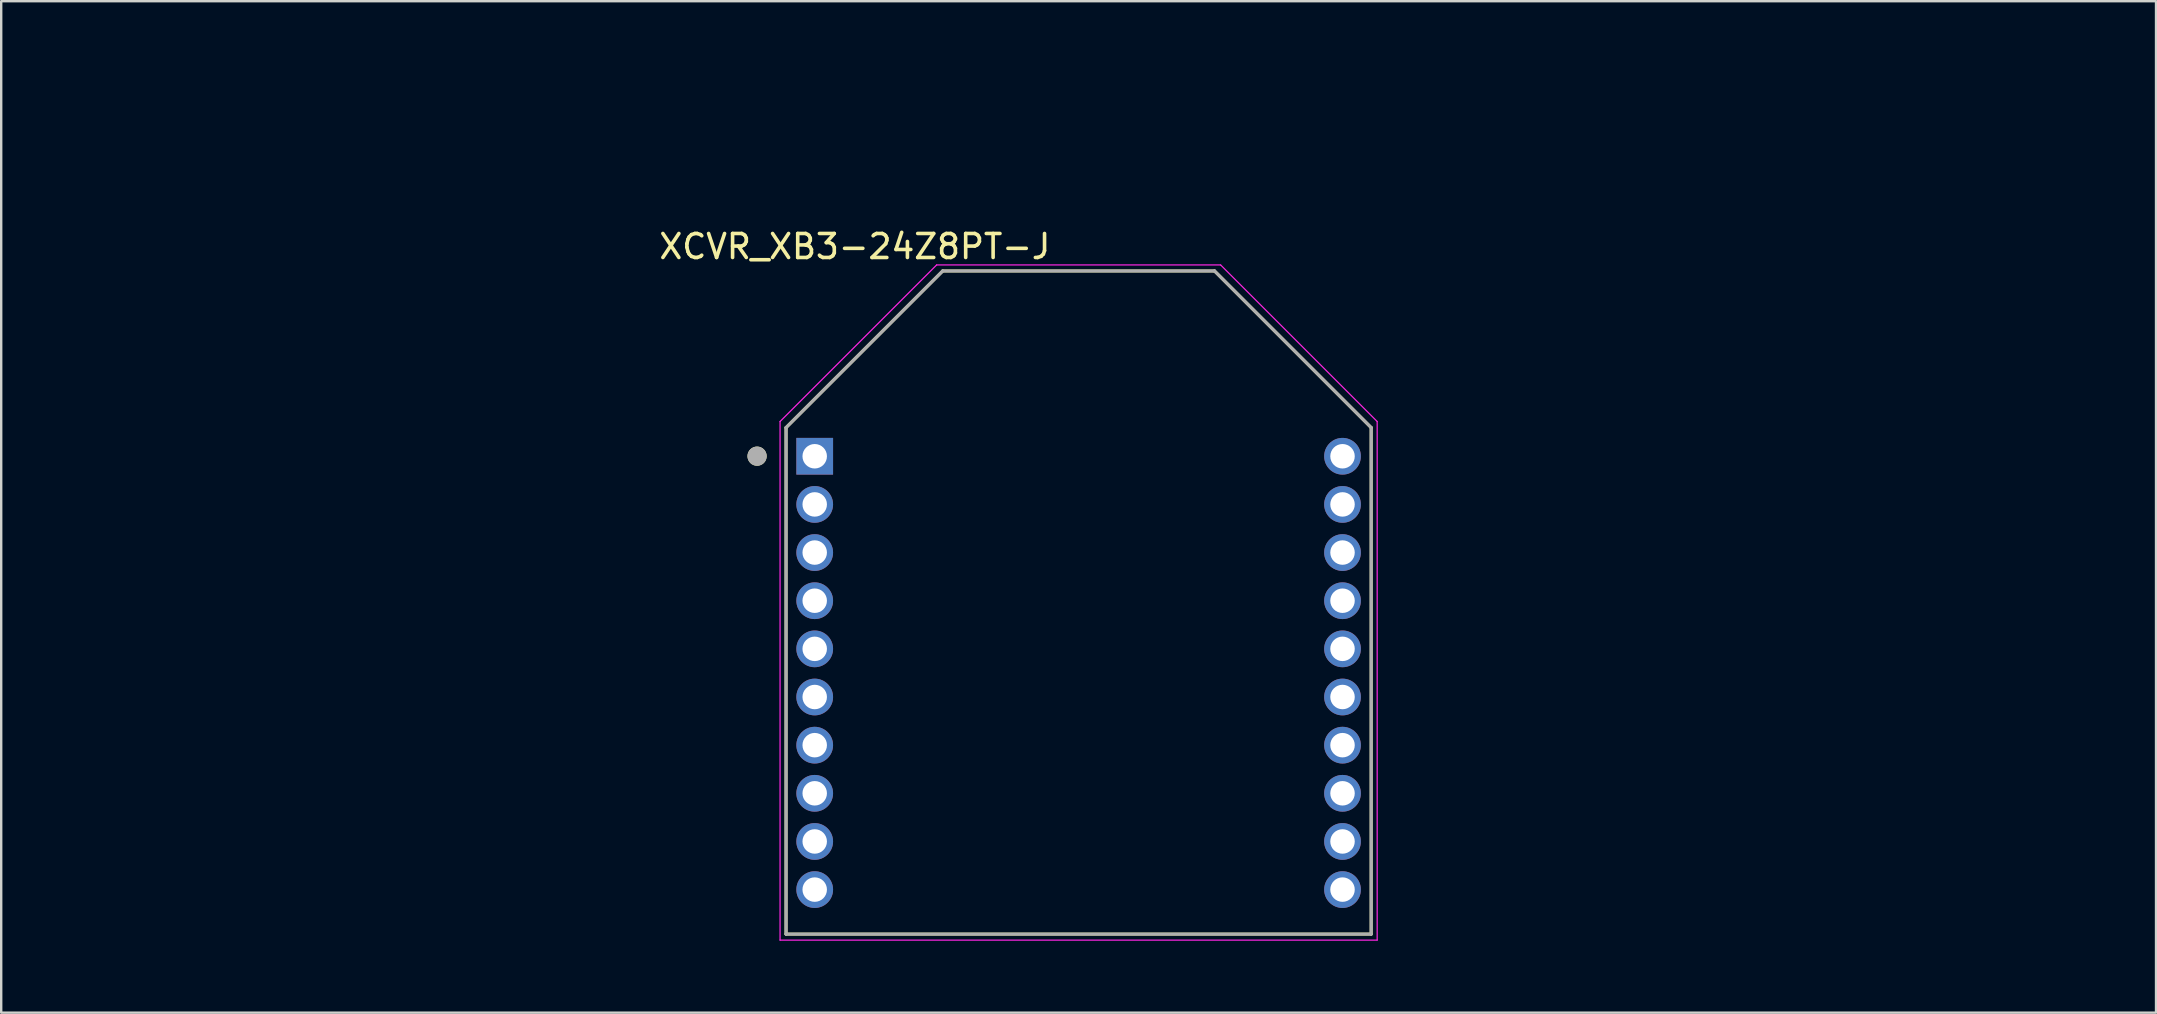
<source format=kicad_pcb>
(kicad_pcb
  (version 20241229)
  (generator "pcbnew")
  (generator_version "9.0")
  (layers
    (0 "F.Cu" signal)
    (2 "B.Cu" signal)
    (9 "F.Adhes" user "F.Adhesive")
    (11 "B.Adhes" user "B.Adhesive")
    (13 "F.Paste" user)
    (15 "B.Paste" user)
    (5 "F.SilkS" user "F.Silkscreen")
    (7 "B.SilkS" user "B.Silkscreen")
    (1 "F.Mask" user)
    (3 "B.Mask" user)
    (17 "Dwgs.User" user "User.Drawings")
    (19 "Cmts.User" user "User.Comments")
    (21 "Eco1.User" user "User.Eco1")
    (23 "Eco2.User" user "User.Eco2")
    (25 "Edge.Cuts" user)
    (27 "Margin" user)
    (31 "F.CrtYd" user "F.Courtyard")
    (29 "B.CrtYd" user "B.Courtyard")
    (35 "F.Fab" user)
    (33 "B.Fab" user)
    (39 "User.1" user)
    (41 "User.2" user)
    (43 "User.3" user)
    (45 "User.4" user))
  (footprint "XCVR_XB3-24Z8PT-J"
    (layer "F.Cu")
    (at 41.9 22.06)
    (property "Reference" "XCVR_XB3-24Z8PT-J" (at -9.325 -14.835 0) (layer "F.SilkS") (effects (font (size 1 1) (thickness 0.15))))
    (attr through_hole)
    (fp_line (start -12.192 -7.29) (end -5.664 -13.818) (stroke (width 0.127) (type solid)) (layer "F.SilkS"))
    (fp_line (start -12.192 13.818) (end -12.192 -7.29) (stroke (width 0.127) (type solid)) (layer "F.SilkS"))
    (fp_line (start -5.664 -13.818) (end 5.664 -13.818) (stroke (width 0.127) (type solid)) (layer "F.SilkS"))
    (fp_line (start 12.192 -7.29) (end 5.664 -13.818) (stroke (width 0.127) (type solid)) (layer "F.SilkS"))
    (fp_line (start 12.192 -7.29) (end 12.192 13.818) (stroke (width 0.127) (type solid)) (layer "F.SilkS"))
    (fp_line (start 12.192 13.818) (end -12.192 13.818) (stroke (width 0.127) (type solid)) (layer "F.SilkS"))
    (fp_circle (center -13.4 -6.1) (end -13.2 -6.1) (stroke (width 0.4) (type solid)) (fill no) (layer "F.SilkS"))
    (fp_line (start -12.442 -7.544) (end -5.918 -14.068) (stroke (width 0.05) (type solid)) (layer "F.CrtYd"))
    (fp_line (start -12.442 14.068) (end -12.442 -7.544) (stroke (width 0.05) (type solid)) (layer "F.CrtYd"))
    (fp_line (start -5.918 -14.068) (end 5.918 -14.068) (stroke (width 0.05) (type solid)) (layer "F.CrtYd"))
    (fp_line (start 12.442 -7.544) (end 5.918 -14.068) (stroke (width 0.05) (type solid)) (layer "F.CrtYd"))
    (fp_line (start 12.442 -7.544) (end 12.442 14.068) (stroke (width 0.05) (type solid)) (layer "F.CrtYd"))
    (fp_line (start 12.442 14.068) (end -12.442 14.068) (stroke (width 0.05) (type solid)) (layer "F.CrtYd"))
    (fp_line (start -12.192 -7.29) (end -5.664 -13.818) (stroke (width 0.127) (type solid)) (layer "F.Fab"))
    (fp_line (start -12.192 13.818) (end -12.192 -7.29) (stroke (width 0.127) (type solid)) (layer "F.Fab"))
    (fp_line (start -5.664 -13.818) (end 5.664 -13.818) (stroke (width 0.127) (type solid)) (layer "F.Fab"))
    (fp_line (start 12.192 -7.29) (end 5.664 -13.818) (stroke (width 0.127) (type solid)) (layer "F.Fab"))
    (fp_line (start 12.192 -7.29) (end 12.192 13.818) (stroke (width 0.127) (type solid)) (layer "F.Fab"))
    (fp_line (start 12.192 13.818) (end -12.192 13.818) (stroke (width 0.127) (type solid)) (layer "F.Fab"))
    (fp_circle (center -13.4 -6.1) (end -13.2 -6.1) (stroke (width 0.4) (type solid)) (fill no) (layer "F.Fab"))
    (pad "1" thru_hole rect (at -10.998 -6.096) (size 1.53 1.53) (drill 1.02) (layers "*.Cu" "*.Mask"))
    (pad "2" thru_hole circle (at -10.998 -4.089) (size 1.53 1.53) (drill 1.02) (layers "*.Cu" "*.Mask"))
    (pad "3" thru_hole circle (at -10.998 -2.083) (size 1.53 1.53) (drill 1.02) (layers "*.Cu" "*.Mask"))
    (pad "4" thru_hole circle (at -10.998 -0.076) (size 1.53 1.53) (drill 1.02) (layers "*.Cu" "*.Mask"))
    (pad "5" thru_hole circle (at -10.998 1.93) (size 1.53 1.53) (drill 1.02) (layers "*.Cu" "*.Mask"))
    (pad "6" thru_hole circle (at -10.998 3.937) (size 1.53 1.53) (drill 1.02) (layers "*.Cu" "*.Mask"))
    (pad "7" thru_hole circle (at -10.998 5.944) (size 1.53 1.53) (drill 1.02) (layers "*.Cu" "*.Mask"))
    (pad "8" thru_hole circle (at -10.998 7.95) (size 1.53 1.53) (drill 1.02) (layers "*.Cu" "*.Mask"))
    (pad "9" thru_hole circle (at -10.998 9.957) (size 1.53 1.53) (drill 1.02) (layers "*.Cu" "*.Mask"))
    (pad "10" thru_hole circle (at -10.998 11.963) (size 1.53 1.53) (drill 1.02) (layers "*.Cu" "*.Mask"))
    (pad "11" thru_hole circle (at 10.998 11.963) (size 1.53 1.53) (drill 1.02) (layers "*.Cu" "*.Mask"))
    (pad "12" thru_hole circle (at 10.998 9.957) (size 1.53 1.53) (drill 1.02) (layers "*.Cu" "*.Mask"))
    (pad "13" thru_hole circle (at 10.998 7.95) (size 1.53 1.53) (drill 1.02) (layers "*.Cu" "*.Mask"))
    (pad "14" thru_hole circle (at 10.998 5.944) (size 1.53 1.53) (drill 1.02) (layers "*.Cu" "*.Mask"))
    (pad "15" thru_hole circle (at 10.998 3.937) (size 1.53 1.53) (drill 1.02) (layers "*.Cu" "*.Mask"))
    (pad "16" thru_hole circle (at 10.998 1.93) (size 1.53 1.53) (drill 1.02) (layers "*.Cu" "*.Mask"))
    (pad "17" thru_hole circle (at 10.998 -0.076) (size 1.53 1.53) (drill 1.02) (layers "*.Cu" "*.Mask"))
    (pad "18" thru_hole circle (at 10.998 -2.083) (size 1.53 1.53) (drill 1.02) (layers "*.Cu" "*.Mask"))
    (pad "19" thru_hole circle (at 10.998 -4.089) (size 1.53 1.53) (drill 1.02) (layers "*.Cu" "*.Mask"))
    (pad "20" thru_hole circle (at 10.998 -6.096) (size 1.53 1.53) (drill 1.02) (layers "*.Cu" "*.Mask"))
    (zone (net_name "") (layer "F.Cu") (hatch full 0.508) (connect_pads) (min_thickness 0.01) (filled_areas_thickness no) (keepout (tracks not_allowed) (vias not_allowed) (pads not_allowed) (copperpour not_allowed) (footprints allowed)) (placement (enabled no)) (fill) (polygon (pts (xy 0 0) (xy 83.8 0) (xy 83.8 15.2) (xy 0 15.2))))
    (zone (net_name "") (layers "F.Cu" "B.Cu") (hatch full 0.508) (connect_pads) (min_thickness 0.01) (filled_areas_thickness no) (keepout (tracks allowed) (vias not_allowed) (pads allowed) (copperpour allowed) (footprints allowed)) (placement (enabled no)) (fill) (polygon (pts (xy 0 0) (xy 83.8 0) (xy 83.8 15.2) (xy 0 15.2))))
    (zone (net_name "") (layer "B.Cu") (hatch full 0.508) (connect_pads) (min_thickness 0.01) (filled_areas_thickness no) (keepout (tracks not_allowed) (vias not_allowed) (pads not_allowed) (copperpour not_allowed) (footprints allowed)) (placement (enabled no)) (fill) (polygon (pts (xy 0 0) (xy 83.8 0) (xy 83.8 15.2) (xy 0 15.2)))))
  (gr_rect
    (start -3 -3)
    (end 86.8 39.153)
    (stroke (width 0.1) (type default))
    (fill no)
    (layer "Edge.Cuts")))
</source>
